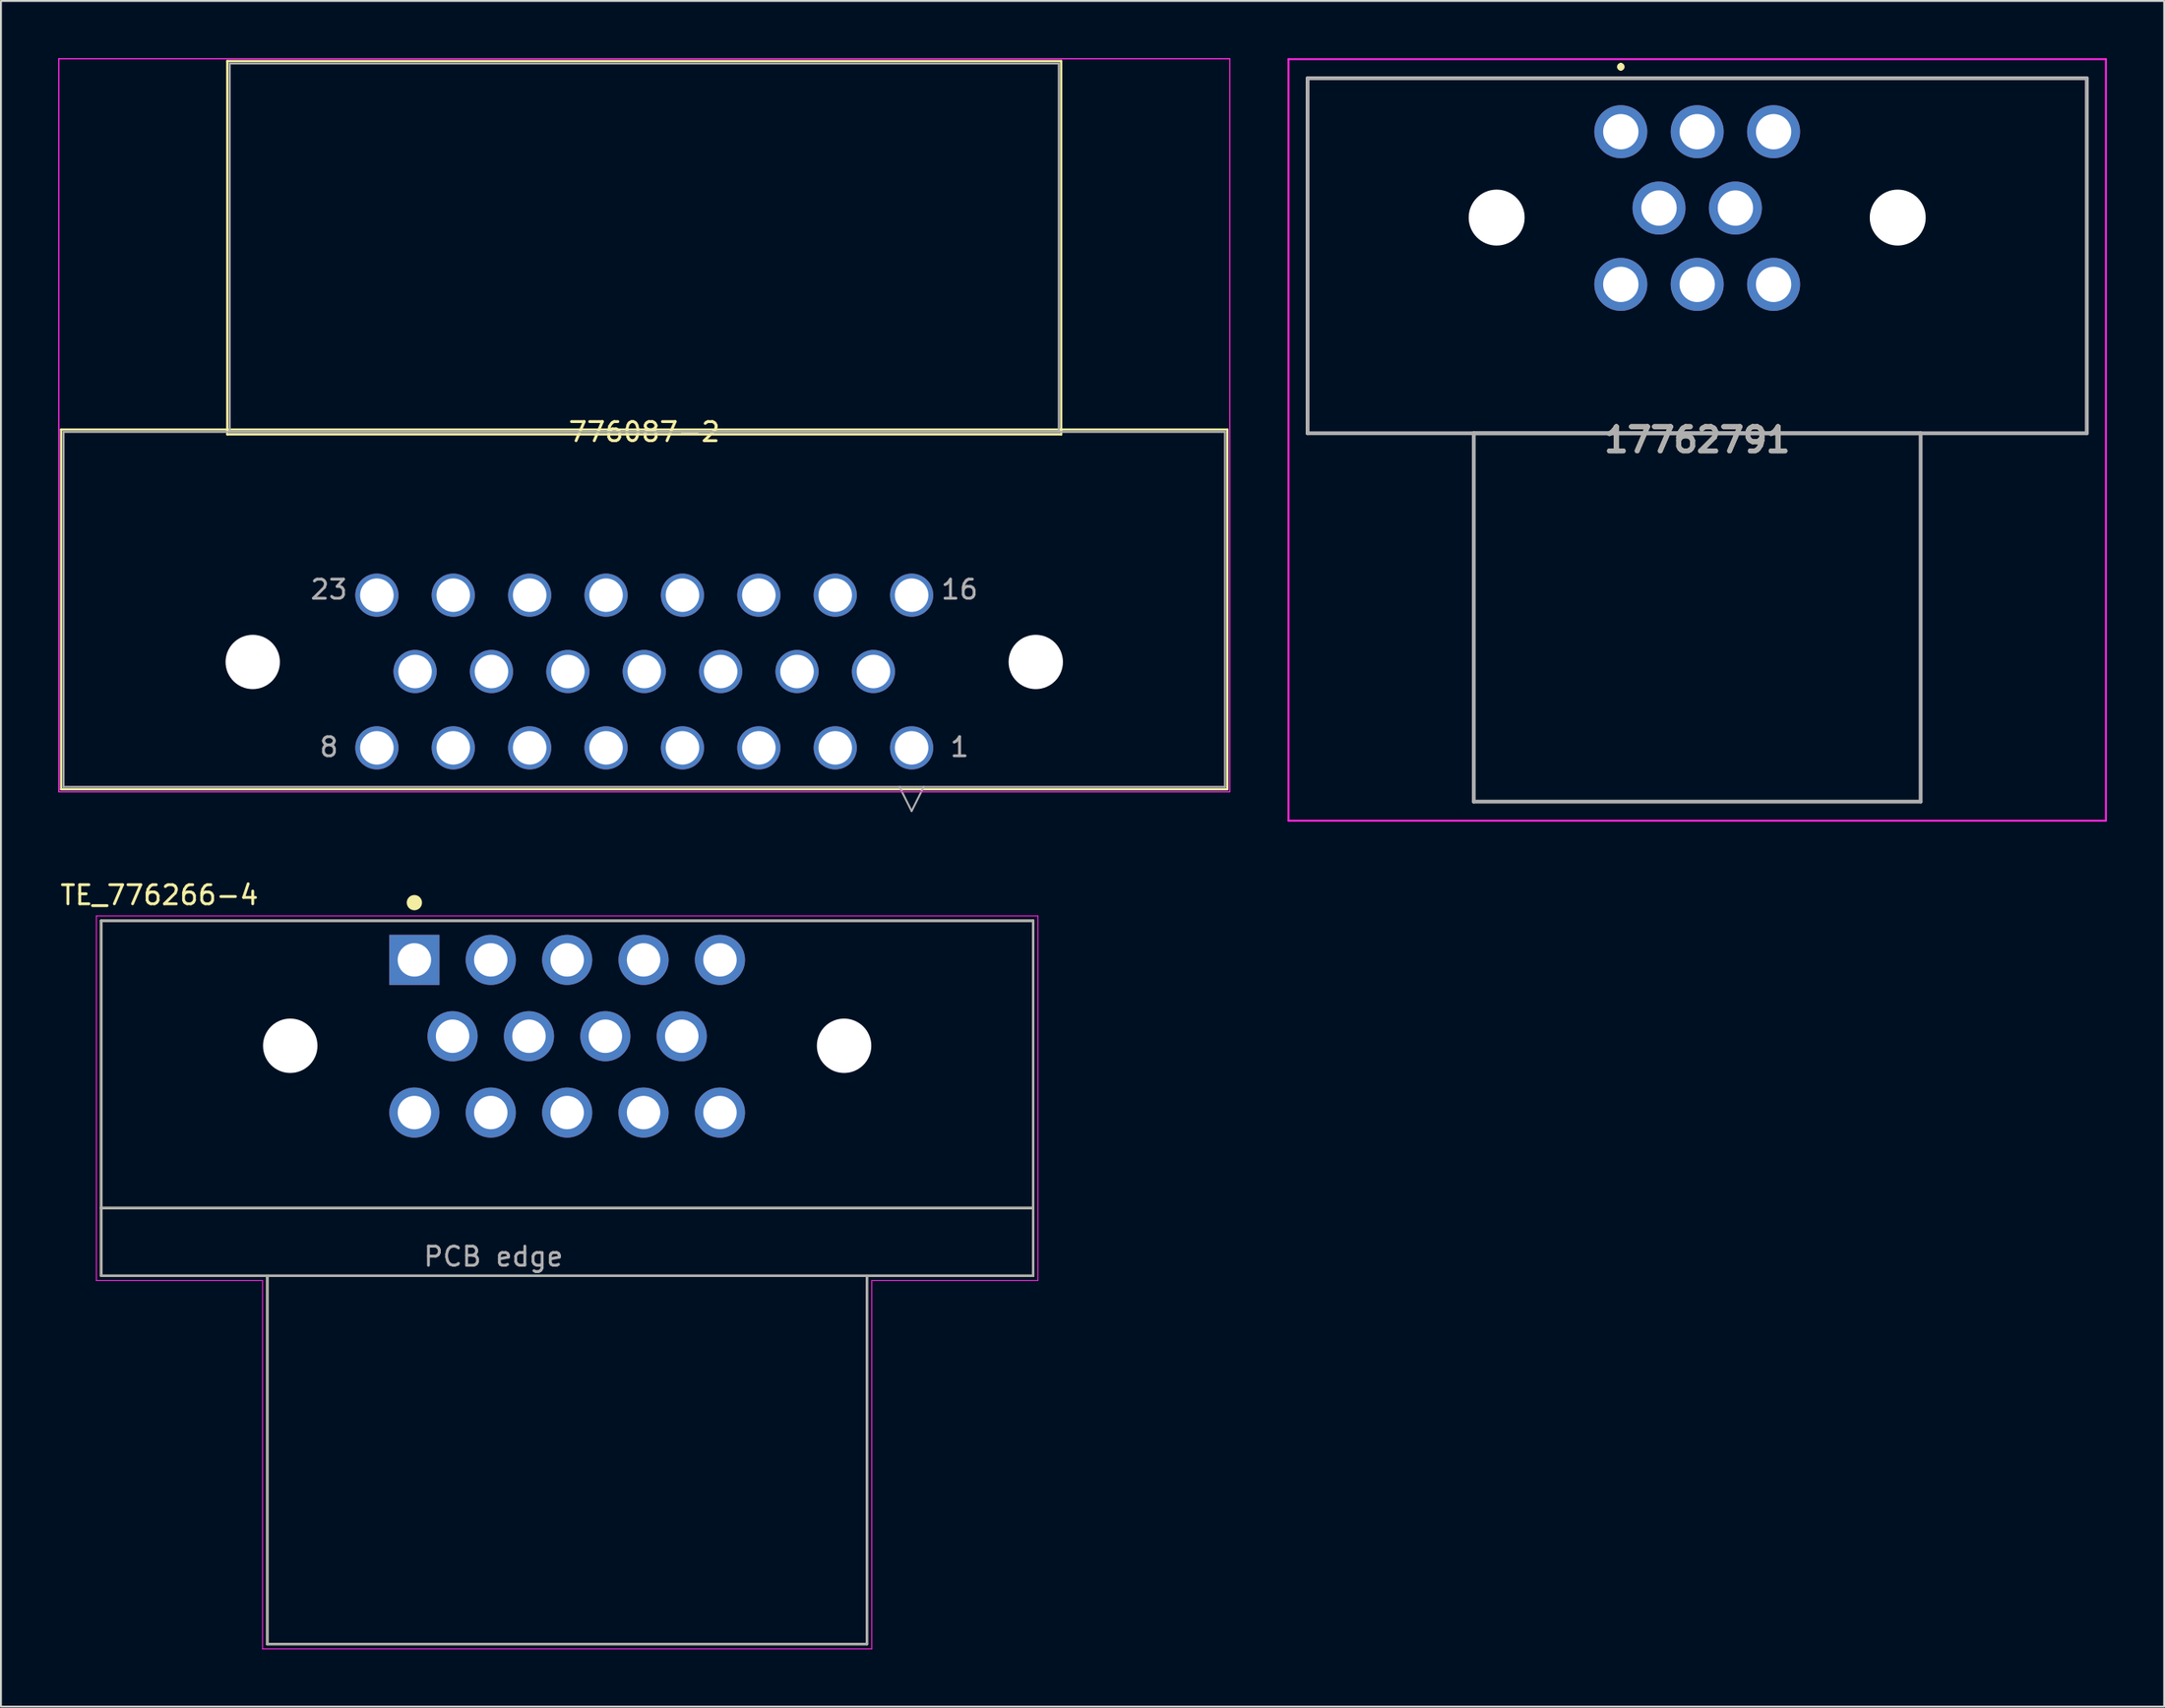
<source format=kicad_pcb>
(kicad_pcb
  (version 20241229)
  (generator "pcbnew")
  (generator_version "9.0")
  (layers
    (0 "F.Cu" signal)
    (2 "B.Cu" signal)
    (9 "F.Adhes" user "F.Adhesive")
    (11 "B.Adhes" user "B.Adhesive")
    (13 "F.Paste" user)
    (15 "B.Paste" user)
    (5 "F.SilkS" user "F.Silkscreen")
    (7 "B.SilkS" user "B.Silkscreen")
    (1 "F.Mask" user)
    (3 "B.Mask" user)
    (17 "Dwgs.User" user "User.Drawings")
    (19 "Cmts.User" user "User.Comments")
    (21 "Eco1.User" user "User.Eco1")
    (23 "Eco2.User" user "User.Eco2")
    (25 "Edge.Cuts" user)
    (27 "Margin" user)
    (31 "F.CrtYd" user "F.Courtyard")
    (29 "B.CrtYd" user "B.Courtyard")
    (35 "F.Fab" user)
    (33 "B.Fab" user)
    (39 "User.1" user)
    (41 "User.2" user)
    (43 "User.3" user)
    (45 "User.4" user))
  (footprint "776087-2"
    (layer "F.Cu")
    (at 44.683 36.133)
    (property "Reference" "776087-2" (at -14 -16.55 0) (layer "F.SilkS") (effects (font (size 1 1) (thickness 0.15))))
    (attr through_hole)
    (fp_line (start -44.531 -16.677) (end -44.531 2.17) (stroke (width 0.12) (type solid)) (layer "F.SilkS"))
    (fp_line (start -44.531 2.17) (end 16.531 2.17) (stroke (width 0.12) (type solid)) (layer "F.SilkS"))
    (fp_line (start -35.831 -35.981) (end -35.831 -16.423) (stroke (width 0.12) (type solid)) (layer "F.SilkS"))
    (fp_line (start -35.831 -16.423) (end 7.831 -16.423) (stroke (width 0.12) (type solid)) (layer "F.SilkS"))
    (fp_line (start 7.831 -35.981) (end -35.831 -35.981) (stroke (width 0.12) (type solid)) (layer "F.SilkS"))
    (fp_line (start 7.831 -16.423) (end 7.831 -35.981) (stroke (width 0.12) (type solid)) (layer "F.SilkS"))
    (fp_line (start 16.531 -16.677) (end -44.531 -16.677) (stroke (width 0.12) (type solid)) (layer "F.SilkS"))
    (fp_line (start 16.531 2.17) (end 16.531 -16.677) (stroke (width 0.12) (type solid)) (layer "F.SilkS"))
    (fp_line (start -44.658 -36.108) (end -44.658 2.297) (stroke (width 0.05) (type solid)) (layer "F.CrtYd"))
    (fp_line (start -44.658 -36.108) (end -44.658 2.297) (stroke (width 0.05) (type solid)) (layer "F.CrtYd"))
    (fp_line (start -44.658 2.297) (end 16.658 2.297) (stroke (width 0.05) (type solid)) (layer "F.CrtYd"))
    (fp_line (start -44.658 2.297) (end 16.658 2.297) (stroke (width 0.05) (type solid)) (layer "F.CrtYd"))
    (fp_line (start 16.658 -36.108) (end -44.658 -36.108) (stroke (width 0.05) (type solid)) (layer "F.CrtYd"))
    (fp_line (start 16.658 -36.108) (end -44.658 -36.108) (stroke (width 0.05) (type solid)) (layer "F.CrtYd"))
    (fp_line (start 16.658 2.297) (end 16.658 -36.108) (stroke (width 0.05) (type solid)) (layer "F.CrtYd"))
    (fp_line (start 16.658 2.297) (end 16.658 -36.108) (stroke (width 0.05) (type solid)) (layer "F.CrtYd"))
    (fp_line (start -44.404 -16.55) (end -44.404 2.043) (stroke (width 0.1) (type solid)) (layer "F.Fab"))
    (fp_line (start -44.404 2.043) (end 16.404 2.043) (stroke (width 0.1) (type solid)) (layer "F.Fab"))
    (fp_line (start -35.704 -35.854) (end -35.704 -16.55) (stroke (width 0.1) (type solid)) (layer "F.Fab"))
    (fp_line (start -35.704 -16.55) (end 7.704 -16.55) (stroke (width 0.1) (type solid)) (layer "F.Fab"))
    (fp_line (start -0.635 2.043) (end 0 3.313) (stroke (width 0.1) (type solid)) (layer "F.Fab"))
    (fp_line (start 0.635 2.043) (end 0 3.313) (stroke (width 0.1) (type solid)) (layer "F.Fab"))
    (fp_line (start 7.704 -35.854) (end -35.704 -35.854) (stroke (width 0.1) (type solid)) (layer "F.Fab"))
    (fp_line (start 7.704 -16.55) (end 7.704 -35.854) (stroke (width 0.1) (type solid)) (layer "F.Fab"))
    (fp_line (start 16.404 -16.55) (end -44.404 -16.55) (stroke (width 0.1) (type solid)) (layer "F.Fab"))
    (fp_line (start 16.404 2.043) (end 16.404 -16.55) (stroke (width 0.1) (type solid)) (layer "F.Fab"))
    (fp_text user "Copyright 2021 Accelerated Designs. All rights reserved." (at 0 0 0) (layer "Cmts.User") (effects (font (size 0.127 0.127) (thickness 0.002))))
    (fp_text user "*" (at 0 0 0) (layer "F.Fab") (effects (font (size 1 1) (thickness 0.15))))
    (fp_text user "1" (at 2.51 -0.04 0) (layer "F.Fab") (effects (font (size 1 1) (thickness 0.15))))
    (fp_text user "8" (at -30.51 -0.04 0) (layer "F.Fab") (effects (font (size 1 1) (thickness 0.15))))
    (fp_text user "16" (at 2.51 -8.295 0) (layer "F.Fab") (effects (font (size 1 1) (thickness 0.15))))
    (fp_text user "23" (at -30.51 -8.295 0) (layer "F.Fab") (effects (font (size 1 1) (thickness 0.15))))
    (pad "" np_thru_hole circle (at -34.5 -4.5) (size 2.845 2.845) (drill 2.845) (layers "*.Cu" "*.Mask"))
    (pad "" np_thru_hole circle (at 6.5 -4.5) (size 2.845 2.845) (drill 2.845) (layers "*.Cu" "*.Mask"))
    (pad "1" thru_hole circle (at -0.000001 0) (size 2.261 2.261) (drill 1.753) (layers "*.Cu" "*.Mask"))
    (pad "2" thru_hole circle (at -4 0) (size 2.261 2.261) (drill 1.753) (layers "*.Cu" "*.Mask"))
    (pad "3" thru_hole circle (at -8 0) (size 2.261 2.261) (drill 1.753) (layers "*.Cu" "*.Mask"))
    (pad "4" thru_hole circle (at -12 0) (size 2.261 2.261) (drill 1.753) (layers "*.Cu" "*.Mask"))
    (pad "5" thru_hole circle (at -16 0) (size 2.261 2.261) (drill 1.753) (layers "*.Cu" "*.Mask"))
    (pad "6" thru_hole circle (at -20 0) (size 2.261 2.261) (drill 1.753) (layers "*.Cu" "*.Mask"))
    (pad "7" thru_hole circle (at -24 0) (size 2.261 2.261) (drill 1.753) (layers "*.Cu" "*.Mask"))
    (pad "8" thru_hole circle (at -28 0) (size 2.261 2.261) (drill 1.753) (layers "*.Cu" "*.Mask"))
    (pad "9" thru_hole circle (at -2 -4) (size 2.261 2.261) (drill 1.753) (layers "*.Cu" "*.Mask"))
    (pad "10" thru_hole circle (at -6 -4) (size 2.261 2.261) (drill 1.753) (layers "*.Cu" "*.Mask"))
    (pad "11" thru_hole circle (at -10 -4) (size 2.261 2.261) (drill 1.753) (layers "*.Cu" "*.Mask"))
    (pad "12" thru_hole circle (at -14 -4) (size 2.261 2.261) (drill 1.753) (layers "*.Cu" "*.Mask"))
    (pad "13" thru_hole circle (at -18 -4) (size 2.261 2.261) (drill 1.753) (layers "*.Cu" "*.Mask"))
    (pad "14" thru_hole circle (at -22 -4) (size 2.261 2.261) (drill 1.753) (layers "*.Cu" "*.Mask"))
    (pad "15" thru_hole circle (at -26 -4) (size 2.261 2.261) (drill 1.753) (layers "*.Cu" "*.Mask"))
    (pad "16" thru_hole circle (at -0.000001 -8) (size 2.261 2.261) (drill 1.753) (layers "*.Cu" "*.Mask"))
    (pad "17" thru_hole circle (at -4 -8) (size 2.261 2.261) (drill 1.753) (layers "*.Cu" "*.Mask"))
    (pad "18" thru_hole circle (at -8 -8) (size 2.261 2.261) (drill 1.753) (layers "*.Cu" "*.Mask"))
    (pad "19" thru_hole circle (at -12 -8) (size 2.261 2.261) (drill 1.753) (layers "*.Cu" "*.Mask"))
    (pad "20" thru_hole circle (at -16 -8) (size 2.261 2.261) (drill 1.753) (layers "*.Cu" "*.Mask"))
    (pad "21" thru_hole circle (at -20 -8) (size 2.261 2.261) (drill 1.753) (layers "*.Cu" "*.Mask"))
    (pad "22" thru_hole circle (at -24 -8) (size 2.261 2.261) (drill 1.753) (layers "*.Cu" "*.Mask"))
    (pad "23" thru_hole circle (at -28 -8) (size 2.261 2.261) (drill 1.753) (layers "*.Cu" "*.Mask")))
  (footprint "17762791"
    (layer "F.Cu")
    (at 81.816 3.85)
    (property "Reference" "17762791" (at 4 16.15 0) (layer "F.SilkS") (effects (font (size 1.27 1.27) (thickness 0.254))))
    (attr through_hole)
    (fp_line (start -16.4 -2.8) (end 24.4 -2.8) (stroke (width 0.1) (type solid)) (layer "F.SilkS"))
    (fp_line (start -16.4 15.8) (end -16.4 -2.8) (stroke (width 0.1) (type solid)) (layer "F.SilkS"))
    (fp_line (start 0 -3.5) (end 0 -3.5) (stroke (width 0.2) (type solid)) (layer "F.SilkS"))
    (fp_line (start 0 -3.3) (end 0 -3.3) (stroke (width 0.2) (type solid)) (layer "F.SilkS"))
    (fp_line (start 24.4 -2.8) (end 24.4 15.8) (stroke (width 0.1) (type solid)) (layer "F.SilkS"))
    (fp_line (start 24.4 15.8) (end -16.4 15.8) (stroke (width 0.1) (type solid)) (layer "F.SilkS"))
    (fp_arc (start 0 -3.5) (mid 0.1 -3.4) (end 0 -3.3) (stroke (width 0.2) (type solid)) (layer "F.SilkS"))
    (fp_arc (start 0 -3.3) (mid -0.1 -3.4) (end 0 -3.5) (stroke (width 0.2) (type solid)) (layer "F.SilkS"))
    (fp_line (start -17.4 -3.8) (end 25.4 -3.8) (stroke (width 0.1) (type solid)) (layer "F.CrtYd"))
    (fp_line (start -17.4 36.1) (end -17.4 -3.8) (stroke (width 0.1) (type solid)) (layer "F.CrtYd"))
    (fp_line (start 25.4 -3.8) (end 25.4 36.1) (stroke (width 0.1) (type solid)) (layer "F.CrtYd"))
    (fp_line (start 25.4 36.1) (end -17.4 36.1) (stroke (width 0.1) (type solid)) (layer "F.CrtYd"))
    (fp_line (start -16.4 -2.8) (end 24.4 -2.8) (stroke (width 0.2) (type solid)) (layer "F.Fab"))
    (fp_line (start -16.4 15.8) (end -16.4 -2.8) (stroke (width 0.2) (type solid)) (layer "F.Fab"))
    (fp_line (start -7.7 15.8) (end 15.7 15.8) (stroke (width 0.2) (type solid)) (layer "F.Fab"))
    (fp_line (start -7.7 35.1) (end -7.7 15.8) (stroke (width 0.2) (type solid)) (layer "F.Fab"))
    (fp_line (start 15.7 15.8) (end 15.7 35.1) (stroke (width 0.2) (type solid)) (layer "F.Fab"))
    (fp_line (start 15.7 35.1) (end -7.7 35.1) (stroke (width 0.2) (type solid)) (layer "F.Fab"))
    (fp_line (start 24.4 -2.8) (end 24.4 15.8) (stroke (width 0.2) (type solid)) (layer "F.Fab"))
    (fp_line (start 24.4 15.8) (end -16.4 15.8) (stroke (width 0.2) (type solid)) (layer "F.Fab"))
    (fp_text user "${REFERENCE}" (at 4 16.15 0) (layer "F.Fab") (effects (font (size 1.27 1.27) (thickness 0.254))))
    (pad "" np_thru_hole circle (at -6.5 4.5) (size 2.93 2.93) (drill 2.93) (layers "*.Cu" "*.Mask"))
    (pad "" np_thru_hole circle (at 14.5 4.5) (size 2.93 2.93) (drill 2.93) (layers "*.Cu" "*.Mask"))
    (pad "1" thru_hole circle (at 0 0) (size 2.775 2.775) (drill 1.85) (layers "*.Cu" "*.Mask"))
    (pad "2" thru_hole circle (at 4 0) (size 2.775 2.775) (drill 1.85) (layers "*.Cu" "*.Mask"))
    (pad "3" thru_hole circle (at 8 0) (size 2.775 2.775) (drill 1.85) (layers "*.Cu" "*.Mask"))
    (pad "4" thru_hole circle (at 2 4) (size 2.775 2.775) (drill 1.85) (layers "*.Cu" "*.Mask"))
    (pad "5" thru_hole circle (at 6 4) (size 2.775 2.775) (drill 1.85) (layers "*.Cu" "*.Mask"))
    (pad "6" thru_hole circle (at 0 8) (size 2.775 2.775) (drill 1.85) (layers "*.Cu" "*.Mask"))
    (pad "7" thru_hole circle (at 4 8) (size 2.775 2.775) (drill 1.85) (layers "*.Cu" "*.Mask"))
    (pad "8" thru_hole circle (at 8 8) (size 2.775 2.775) (drill 1.85) (layers "*.Cu" "*.Mask")))
  (footprint "TE_776266-4"
    (layer "F.Cu")
    (at 26.647 51.242)
    (property "Reference" "TE_776266-4" (at -21.35 -7.394 0) (layer "F.SilkS") (effects (font (size 1.001 1.001) (thickness 0.15))))
    (attr through_hole)
    (fp_line (start -24.4 -6.05) (end -24.4 9) (stroke (width 0.127) (type solid)) (layer "F.SilkS"))
    (fp_line (start -24.4 -6.05) (end 24.4 -6.05) (stroke (width 0.127) (type solid)) (layer "F.SilkS"))
    (fp_line (start -24.4 9) (end 24.4 9) (stroke (width 0.127) (type solid)) (layer "F.SilkS"))
    (fp_line (start -24.4 12.55) (end -24.4 9) (stroke (width 0.127) (type solid)) (layer "F.SilkS"))
    (fp_line (start -24.4 12.55) (end -15.7 12.55) (stroke (width 0.127) (type solid)) (layer "F.SilkS"))
    (fp_line (start -15.7 12.55) (end -15.7 31.85) (stroke (width 0.127) (type solid)) (layer "F.SilkS"))
    (fp_line (start -15.7 12.55) (end 15.7 12.55) (stroke (width 0.127) (type solid)) (layer "F.SilkS"))
    (fp_line (start -15.7 31.85) (end 15.7 31.85) (stroke (width 0.127) (type solid)) (layer "F.SilkS"))
    (fp_line (start 15.7 12.55) (end 24.4 12.55) (stroke (width 0.127) (type solid)) (layer "F.SilkS"))
    (fp_line (start 15.7 31.85) (end 15.7 12.55) (stroke (width 0.127) (type solid)) (layer "F.SilkS"))
    (fp_line (start 24.4 9) (end 24.4 -6.05) (stroke (width 0.127) (type solid)) (layer "F.SilkS"))
    (fp_line (start 24.4 9) (end 24.4 12.55) (stroke (width 0.127) (type solid)) (layer "F.SilkS"))
    (fp_circle (center -8 -7) (end -7.8 -7) (stroke (width 0.4) (type solid)) (fill no) (layer "F.SilkS"))
    (fp_line (start -24.65 -6.3) (end 24.65 -6.3) (stroke (width 0.05) (type solid)) (layer "F.CrtYd"))
    (fp_line (start -24.65 12.8) (end -24.65 -6.3) (stroke (width 0.05) (type solid)) (layer "F.CrtYd"))
    (fp_line (start -15.95 12.8) (end -24.65 12.8) (stroke (width 0.05) (type solid)) (layer "F.CrtYd"))
    (fp_line (start -15.95 32.1) (end -15.95 12.8) (stroke (width 0.05) (type solid)) (layer "F.CrtYd"))
    (fp_line (start 15.95 12.8) (end 15.95 32.1) (stroke (width 0.05) (type solid)) (layer "F.CrtYd"))
    (fp_line (start 15.95 32.1) (end -15.95 32.1) (stroke (width 0.05) (type solid)) (layer "F.CrtYd"))
    (fp_line (start 24.65 -6.3) (end 24.65 12.8) (stroke (width 0.05) (type solid)) (layer "F.CrtYd"))
    (fp_line (start 24.65 12.8) (end 15.95 12.8) (stroke (width 0.05) (type solid)) (layer "F.CrtYd"))
    (fp_line (start -24.4 -6.05) (end -24.4 9) (stroke (width 0.127) (type solid)) (layer "F.Fab"))
    (fp_line (start -24.4 9) (end 24.4 9) (stroke (width 0.127) (type solid)) (layer "F.Fab"))
    (fp_line (start -24.4 12.55) (end -24.4 9) (stroke (width 0.127) (type solid)) (layer "F.Fab"))
    (fp_line (start -24.4 12.55) (end -15.7 12.55) (stroke (width 0.127) (type solid)) (layer "F.Fab"))
    (fp_line (start -15.7 12.55) (end -15.7 31.85) (stroke (width 0.127) (type solid)) (layer "F.Fab"))
    (fp_line (start -15.7 12.55) (end 15.7 12.55) (stroke (width 0.127) (type solid)) (layer "F.Fab"))
    (fp_line (start -15.7 31.85) (end 15.7 31.85) (stroke (width 0.127) (type solid)) (layer "F.Fab"))
    (fp_line (start 15.7 12.55) (end 24.4 12.55) (stroke (width 0.127) (type solid)) (layer "F.Fab"))
    (fp_line (start 15.7 31.85) (end 15.7 12.55) (stroke (width 0.127) (type solid)) (layer "F.Fab"))
    (fp_line (start 24.4 -6.05) (end -24.4 -6.05) (stroke (width 0.127) (type solid)) (layer "F.Fab"))
    (fp_line (start 24.4 9) (end 24.4 -6.05) (stroke (width 0.127) (type solid)) (layer "F.Fab"))
    (fp_line (start 24.4 9) (end 24.4 12.55) (stroke (width 0.127) (type solid)) (layer "F.Fab"))
    (fp_circle (center -8 -4) (end -7.8 -4) (stroke (width 0.4) (type solid)) (fill no) (layer "F.Fab"))
    (fp_text user "PCB edge" (at -3.859 11.544 0) (layer "F.Fab") (effects (font (size 1 1) (thickness 0.15))))
    (pad "" np_thru_hole circle (at -14.5 0.5) (size 2.85 2.85) (drill 2.85) (layers "*.Cu" "*.Mask"))
    (pad "" np_thru_hole circle (at 14.5 0.5) (size 2.85 2.85) (drill 2.85) (layers "*.Cu" "*.Mask"))
    (pad "1" thru_hole rect (at -8 -4) (size 2.625 2.625) (drill 1.75) (layers "*.Cu" "*.Mask"))
    (pad "2" thru_hole circle (at -4 -4) (size 2.625 2.625) (drill 1.75) (layers "*.Cu" "*.Mask"))
    (pad "3" thru_hole circle (at 0 -4) (size 2.625 2.625) (drill 1.75) (layers "*.Cu" "*.Mask"))
    (pad "4" thru_hole circle (at 4 -4) (size 2.625 2.625) (drill 1.75) (layers "*.Cu" "*.Mask"))
    (pad "5" thru_hole circle (at 8 -4) (size 2.625 2.625) (drill 1.75) (layers "*.Cu" "*.Mask"))
    (pad "6" thru_hole circle (at -6 0) (size 2.625 2.625) (drill 1.75) (layers "*.Cu" "*.Mask"))
    (pad "7" thru_hole circle (at -2 0) (size 2.625 2.625) (drill 1.75) (layers "*.Cu" "*.Mask"))
    (pad "8" thru_hole circle (at 2 0) (size 2.625 2.625) (drill 1.75) (layers "*.Cu" "*.Mask"))
    (pad "9" thru_hole circle (at 6 0) (size 2.625 2.625) (drill 1.75) (layers "*.Cu" "*.Mask"))
    (pad "10" thru_hole circle (at -8 4) (size 2.625 2.625) (drill 1.75) (layers "*.Cu" "*.Mask"))
    (pad "11" thru_hole circle (at -4 4) (size 2.625 2.625) (drill 1.75) (layers "*.Cu" "*.Mask"))
    (pad "12" thru_hole circle (at 0 4) (size 2.625 2.625) (drill 1.75) (layers "*.Cu" "*.Mask"))
    (pad "13" thru_hole circle (at 4 4) (size 2.625 2.625) (drill 1.75) (layers "*.Cu" "*.Mask"))
    (pad "14" thru_hole circle (at 8 4) (size 2.625 2.625) (drill 1.75) (layers "*.Cu" "*.Mask")))
  (gr_rect
    (start -3 -3)
    (end 110.266 86.367)
    (stroke (width 0.1) (type default))
    (fill no)
    (layer "Edge.Cuts")))
</source>
